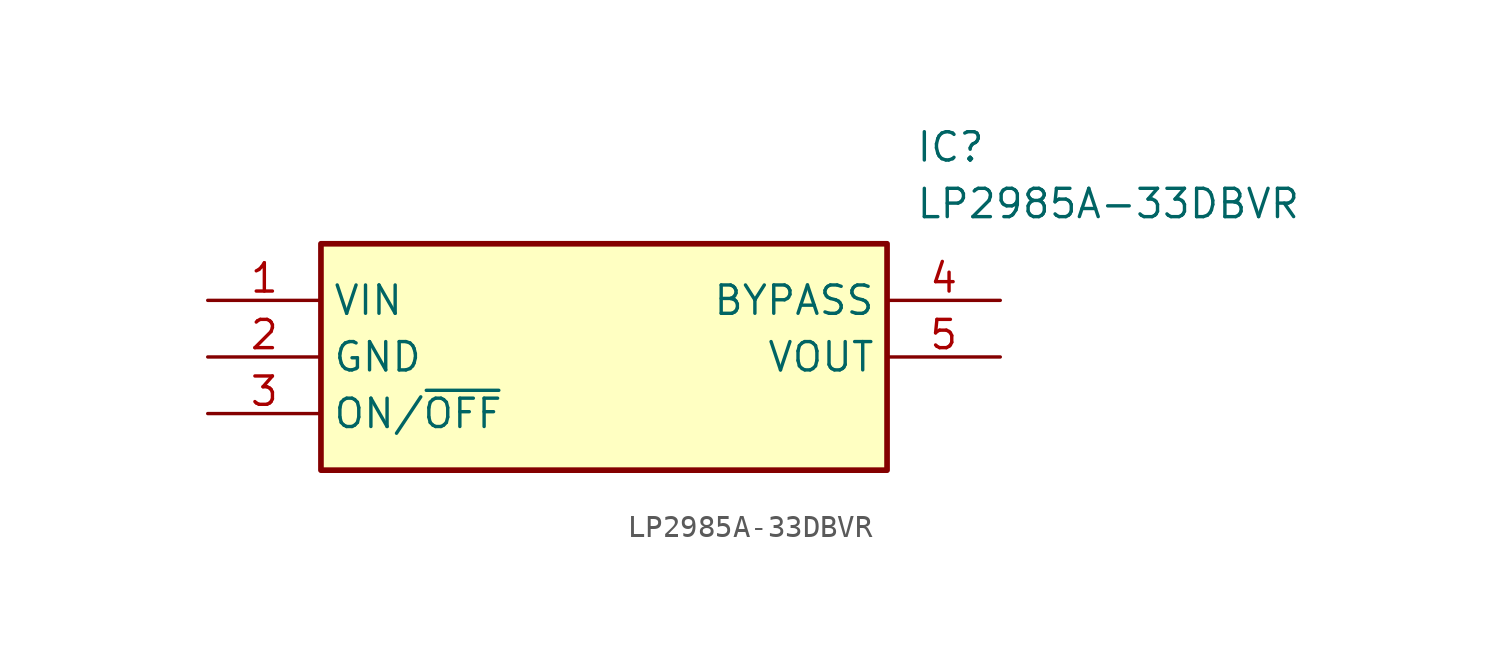
<source format=kicad_sym>
(kicad_symbol_lib
  (version 20211014)
  (generator SamacSys_ECAD_Model)
  (symbol "LP2985A-33DBVR"
    (property "Reference" "IC"
      (at 31.75 7.62 0)
      (effects (font (size 1.27 1.27)) (justify left top)))
    (property "Value" "LP2985A-33DBVR"
      (at 31.75 5.08 0)
      (effects (font (size 1.27 1.27)) (justify left top)))
    (rectangle
      (start 5.08 2.54)
      (end 30.48 -7.62)
      (stroke (width 0.254) (type default))
      (fill (type background)))
    (pin passive line
      (at 0 0 0)
      (length 5.08)
      (name "VIN" (effects (font (size 1.27 1.27))))
      (number "1" (effects (font (size 1.27 1.27)))))
    (pin passive line
      (at 0 -2.54 0)
      (length 5.08)
      (name "GND" (effects (font (size 1.27 1.27))))
      (number "2" (effects (font (size 1.27 1.27)))))
    (pin passive line
      (at 0 -5.08 0)
      (length 5.08)
      (name "ON/~{OFF}" (effects (font (size 1.27 1.27))))
      (number "3" (effects (font (size 1.27 1.27)))))
    (pin passive line
      (at 35.56 0 180)
      (length 5.08)
      (name "BYPASS" (effects (font (size 1.27 1.27))))
      (number "4" (effects (font (size 1.27 1.27)))))
    (pin passive line
      (at 35.56 -2.54 180)
      (length 5.08)
      (name "VOUT" (effects (font (size 1.27 1.27))))
      (number "5" (effects (font (size 1.27 1.27)))))))
</source>
